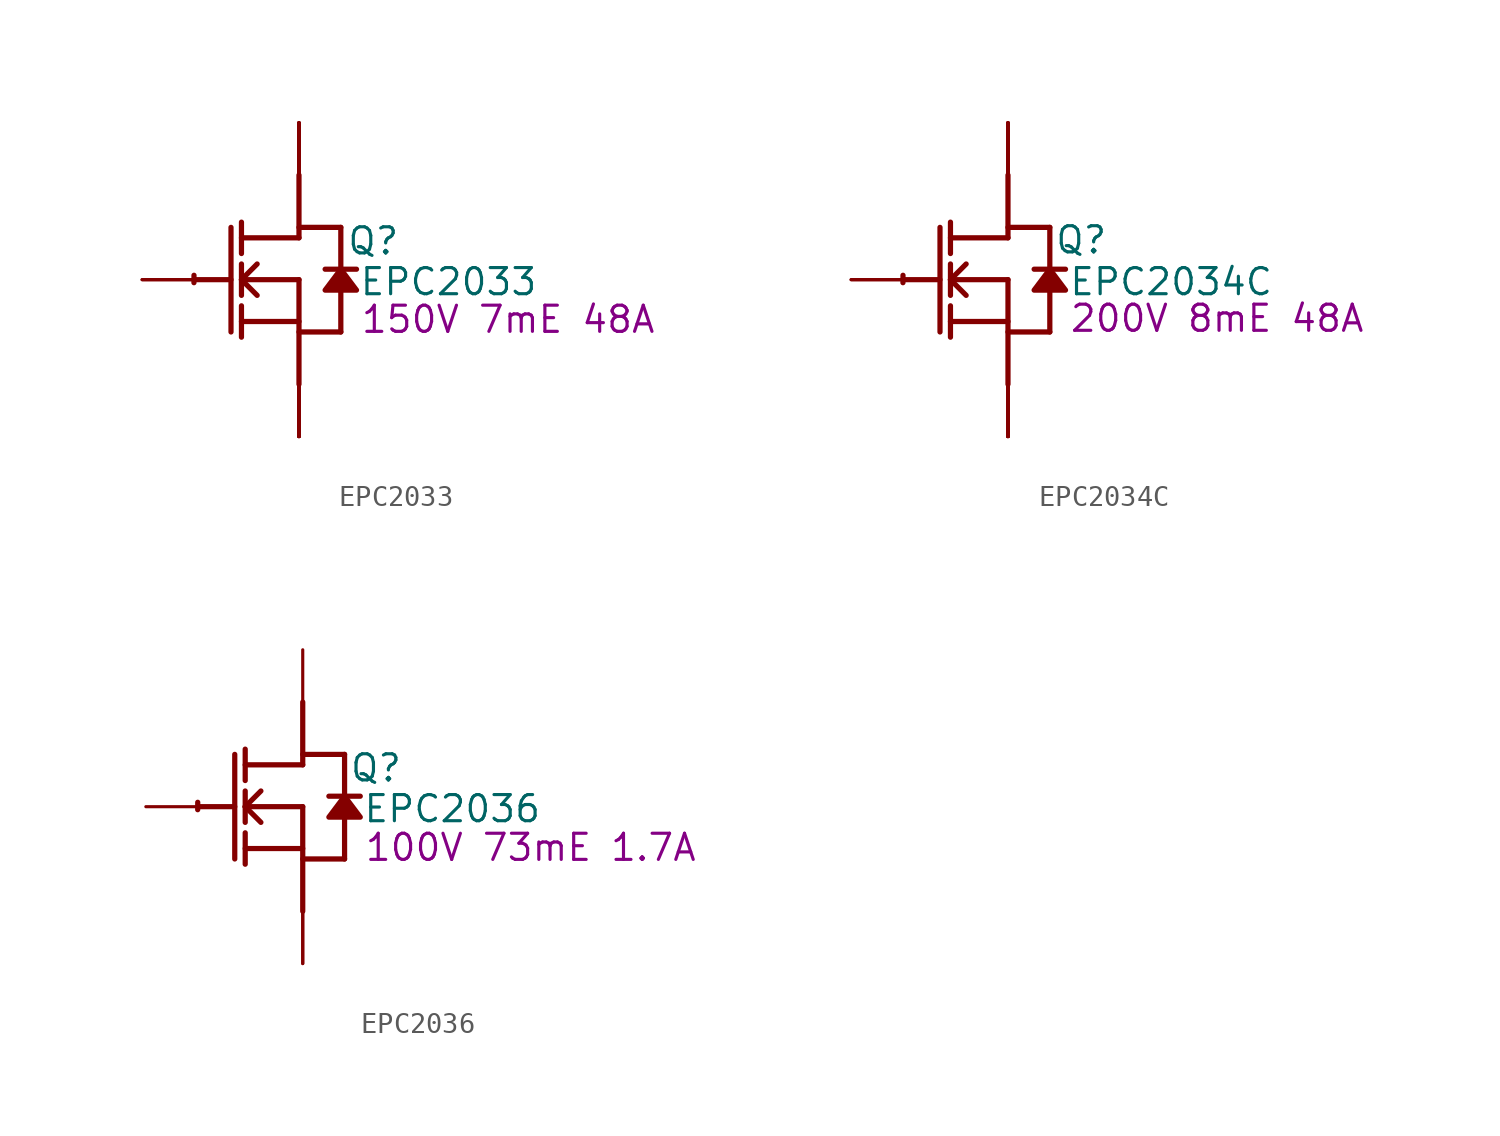
<source format=kicad_sym>
(kicad_symbol_lib
  (version 20220914)
  (generator kicad_symbol_editor)
  (symbol "EPC2033"
    (property "Reference" "Q"
      (at 3.607 1.88 0)
      (effects (font (size 1.27 1.27))))
    (property "Value" "EPC2033"
      (at 7.264 -0.102 0)
      (effects (font (size 1.27 1.27))))
    (property "Description" "150V 7mE 48A"
      (at 10.16 -1.93 0)
      (effects (font (size 1.27 1.27))))
    (symbol "EPC2033_1_0"
      (arc (start -5.0996 0.2128) (mid -5.1039 0.0331) (end -5.1019 -0.1467) (stroke (width 0.254) (type solid)) (fill (type none)))
      (polyline (pts (xy -5.08 0) (xy -3.302 0)) (stroke (width 0.254) (type solid)) (fill (type none)))
      (polyline (pts (xy -3.302 2.54) (xy -3.302 -2.54)) (stroke (width 0.254) (type solid)) (fill (type none)))
      (polyline (pts (xy -2.794 -2.794) (xy -2.794 -1.27)) (stroke (width 0.254) (type solid)) (fill (type none)))
      (polyline (pts (xy -2.794 -2.032) (xy 0 -2.032)) (stroke (width 0.254) (type solid)) (fill (type none)))
      (polyline (pts (xy -2.794 -0.762) (xy -2.794 0.762)) (stroke (width 0.254) (type solid)) (fill (type none)))
      (polyline (pts (xy -2.794 0) (xy -2.032 0.762)) (stroke (width 0.254) (type solid)) (fill (type none)))
      (polyline (pts (xy -2.794 0) (xy 0 0)) (stroke (width 0.254) (type solid)) (fill (type none)))
      (polyline (pts (xy -2.794 1.27) (xy -2.794 2.794)) (stroke (width 0.254) (type solid)) (fill (type none)))
      (polyline (pts (xy -2.032 -0.762) (xy -2.794 0)) (stroke (width 0.254) (type solid)) (fill (type none)))
      (polyline (pts (xy 0 -2.54) (xy 2.032 -2.54)) (stroke (width 0.254) (type solid)) (fill (type none)))
      (polyline (pts (xy 0 0) (xy 0 -5.08)) (stroke (width 0.254) (type solid)) (fill (type none)))
      (polyline (pts (xy 0 2.032) (xy -2.794 2.032)) (stroke (width 0.254) (type solid)) (fill (type none)))
      (polyline (pts (xy 0 2.032) (xy 0 5.08)) (stroke (width 0.254) (type solid)) (fill (type none)))
      (polyline (pts (xy 0 2.54) (xy 2.032 2.54)) (stroke (width 0.254) (type solid)) (fill (type none)))
      (polyline (pts (xy 2.032 -0.508) (xy 2.032 -2.54)) (stroke (width 0.254) (type solid)) (fill (type none)))
      (polyline (pts (xy 2.032 2.54) (xy 2.032 0.508)) (stroke (width 0.254) (type solid)) (fill (type none)))
      (polyline (pts (xy 2.794 0.508) (xy 1.27 0.508)) (stroke (width 0.254) (type solid)) (fill (type none)))
      (polyline (pts (xy 2.032 0.508) (xy 1.27 -0.508) (xy 2.794 -0.508) (xy 2.032 0.508)) (stroke (width 0.254) (type solid)) (fill (type outline)))
      (pin passive line (at -7.62 0 0) (length 2.54) (name "G" (effects (font (size 0 0)))) (number "1" (effects (font (size 0 0)))))
      (pin open_emitter line (at 0 -7.62 90) (length 2.54) (name "S3" (effects (font (size 0 0)))) (number "10" (effects (font (size 0 0)))))
      (pin open_emitter line (at 0 -7.62 90) (length 2.54) (name "S4" (effects (font (size 0 0)))) (number "11" (effects (font (size 0 0)))))
      (pin open_emitter line (at 0 -7.62 90) (length 2.54) (name "Sub" (effects (font (size 0 0)))) (number "12" (effects (font (size 0 0)))))
      (pin open_emitter line (at 0 -7.62 90) (length 2.54) (name "S5" (effects (font (size 0 0)))) (number "13" (effects (font (size 0 0)))))
      (pin open_emitter line (at 0 -7.62 90) (length 2.54) (name "S6" (effects (font (size 0 0)))) (number "14" (effects (font (size 0 0)))))
      (pin open_collector line (at 0 7.62 270) (length 2.54) (name "D6" (effects (font (size 0 0)))) (number "15" (effects (font (size 0 0)))))
      (pin open_collector line (at 0 7.62 270) (length 2.54) (name "D7" (effects (font (size 0 0)))) (number "16" (effects (font (size 0 0)))))
      (pin open_collector line (at 0 7.62 270) (length 2.54) (name "D8" (effects (font (size 0 0)))) (number "17" (effects (font (size 0 0)))))
      (pin open_collector line (at 0 7.62 270) (length 2.54) (name "D9" (effects (font (size 0 0)))) (number "18" (effects (font (size 0 0)))))
      (pin open_collector line (at 0 7.62 270) (length 2.54) (name "D10" (effects (font (size 0 0)))) (number "19" (effects (font (size 0 0)))))
      (pin passive line (at -7.62 0 0) (length 2.54) (name "G" (effects (font (size 0 0)))) (number "2" (effects (font (size 0 0)))))
      (pin open_emitter line (at 0 -7.62 90) (length 2.54) (name "S7" (effects (font (size 0 0)))) (number "20" (effects (font (size 0 0)))))
      (pin open_emitter line (at 0 -7.62 90) (length 2.54) (name "S8" (effects (font (size 0 0)))) (number "21" (effects (font (size 0 0)))))
      (pin open_emitter line (at 0 -7.62 90) (length 2.54) (name "S9" (effects (font (size 0 0)))) (number "22" (effects (font (size 0 0)))))
      (pin open_emitter line (at 0 -7.62 90) (length 2.54) (name "S10" (effects (font (size 0 0)))) (number "23" (effects (font (size 0 0)))))
      (pin open_emitter line (at 0 -7.62 90) (length 2.54) (name "S11" (effects (font (size 0 0)))) (number "24" (effects (font (size 0 0)))))
      (pin open_emitter line (at 0 -7.62 90) (length 2.54) (name "S1" (effects (font (size 0 0)))) (number "3" (effects (font (size 0 0)))))
      (pin open_emitter line (at 0 -7.62 90) (length 2.54) (name "S2" (effects (font (size 0 0)))) (number "4" (effects (font (size 0 0)))))
      (pin open_collector line (at 0 7.62 270) (length 2.54) (name "D1" (effects (font (size 0 0)))) (number "5" (effects (font (size 0 0)))))
      (pin open_collector line (at 0 7.62 270) (length 2.54) (name "D2" (effects (font (size 0 0)))) (number "6" (effects (font (size 0 0)))))
      (pin open_collector line (at 0 7.62 270) (length 2.54) (name "D3" (effects (font (size 0 0)))) (number "7" (effects (font (size 0 0)))))
      (pin open_collector line (at 0 7.62 270) (length 2.54) (name "D4" (effects (font (size 0 0)))) (number "8" (effects (font (size 0 0)))))
      (pin open_collector line (at 0 7.62 270) (length 2.54) (name "D5" (effects (font (size 0 0)))) (number "9" (effects (font (size 0 0)))))))
  (symbol "EPC2034C"
    (property "Reference" "Q"
      (at 3.556 1.93 0)
      (effects (font (size 1.27 1.27))))
    (property "Value" "EPC2034C"
      (at 7.925 -0.102 0)
      (effects (font (size 1.27 1.27))))
    (property "Description" "200V 8mE 48A"
      (at 10.16 -1.88 0)
      (effects (font (size 1.27 1.27))))
    (symbol "EPC2034C_1_0"
      (arc (start -5.0996 0.2128) (mid -5.1039 0.0331) (end -5.1019 -0.1467) (stroke (width 0.254) (type solid)) (fill (type none)))
      (polyline (pts (xy -5.08 0) (xy -3.302 0)) (stroke (width 0.254) (type solid)) (fill (type none)))
      (polyline (pts (xy -3.302 2.54) (xy -3.302 -2.54)) (stroke (width 0.254) (type solid)) (fill (type none)))
      (polyline (pts (xy -2.794 -2.794) (xy -2.794 -1.27)) (stroke (width 0.254) (type solid)) (fill (type none)))
      (polyline (pts (xy -2.794 -2.032) (xy 0 -2.032)) (stroke (width 0.254) (type solid)) (fill (type none)))
      (polyline (pts (xy -2.794 -0.762) (xy -2.794 0.762)) (stroke (width 0.254) (type solid)) (fill (type none)))
      (polyline (pts (xy -2.794 0) (xy -2.032 0.762)) (stroke (width 0.254) (type solid)) (fill (type none)))
      (polyline (pts (xy -2.794 0) (xy 0 0)) (stroke (width 0.254) (type solid)) (fill (type none)))
      (polyline (pts (xy -2.794 1.27) (xy -2.794 2.794)) (stroke (width 0.254) (type solid)) (fill (type none)))
      (polyline (pts (xy -2.032 -0.762) (xy -2.794 0)) (stroke (width 0.254) (type solid)) (fill (type none)))
      (polyline (pts (xy 0 -2.54) (xy 2.032 -2.54)) (stroke (width 0.254) (type solid)) (fill (type none)))
      (polyline (pts (xy 0 0) (xy 0 -5.08)) (stroke (width 0.254) (type solid)) (fill (type none)))
      (polyline (pts (xy 0 2.032) (xy -2.794 2.032)) (stroke (width 0.254) (type solid)) (fill (type none)))
      (polyline (pts (xy 0 2.032) (xy 0 5.08)) (stroke (width 0.254) (type solid)) (fill (type none)))
      (polyline (pts (xy 0 2.54) (xy 2.032 2.54)) (stroke (width 0.254) (type solid)) (fill (type none)))
      (polyline (pts (xy 2.032 -0.508) (xy 2.032 -2.54)) (stroke (width 0.254) (type solid)) (fill (type none)))
      (polyline (pts (xy 2.032 2.54) (xy 2.032 0.508)) (stroke (width 0.254) (type solid)) (fill (type none)))
      (polyline (pts (xy 2.794 0.508) (xy 1.27 0.508)) (stroke (width 0.254) (type solid)) (fill (type none)))
      (polyline (pts (xy 2.032 0.508) (xy 1.27 -0.508) (xy 2.794 -0.508) (xy 2.032 0.508)) (stroke (width 0.254) (type solid)) (fill (type outline)))
      (pin passive line (at -7.62 0 0) (length 2.54) (name "G" (effects (font (size 0 0)))) (number "1" (effects (font (size 0 0)))))
      (pin open_emitter line (at 0 -7.62 90) (length 2.54) (name "S3" (effects (font (size 0 0)))) (number "10" (effects (font (size 0 0)))))
      (pin open_emitter line (at 0 -7.62 90) (length 2.54) (name "S4" (effects (font (size 0 0)))) (number "11" (effects (font (size 0 0)))))
      (pin open_emitter line (at 0 -7.62 90) (length 2.54) (name "Sub" (effects (font (size 0 0)))) (number "12" (effects (font (size 0 0)))))
      (pin open_emitter line (at 0 -7.62 90) (length 2.54) (name "S5" (effects (font (size 0 0)))) (number "13" (effects (font (size 0 0)))))
      (pin open_emitter line (at 0 -7.62 90) (length 2.54) (name "S6" (effects (font (size 0 0)))) (number "14" (effects (font (size 0 0)))))
      (pin open_collector line (at 0 7.62 270) (length 2.54) (name "D6" (effects (font (size 0 0)))) (number "15" (effects (font (size 0 0)))))
      (pin open_collector line (at 0 7.62 270) (length 2.54) (name "D7" (effects (font (size 0 0)))) (number "16" (effects (font (size 0 0)))))
      (pin open_collector line (at 0 7.62 270) (length 2.54) (name "D8" (effects (font (size 0 0)))) (number "17" (effects (font (size 0 0)))))
      (pin open_collector line (at 0 7.62 270) (length 2.54) (name "D9" (effects (font (size 0 0)))) (number "18" (effects (font (size 0 0)))))
      (pin open_collector line (at 0 7.62 270) (length 2.54) (name "D10" (effects (font (size 0 0)))) (number "19" (effects (font (size 0 0)))))
      (pin passive line (at -7.62 0 0) (length 2.54) (name "G" (effects (font (size 0 0)))) (number "2" (effects (font (size 0 0)))))
      (pin open_emitter line (at 0 -7.62 90) (length 2.54) (name "S7" (effects (font (size 0 0)))) (number "20" (effects (font (size 0 0)))))
      (pin open_emitter line (at 0 -7.62 90) (length 2.54) (name "S8" (effects (font (size 0 0)))) (number "21" (effects (font (size 0 0)))))
      (pin open_emitter line (at 0 -7.62 90) (length 2.54) (name "S9" (effects (font (size 0 0)))) (number "22" (effects (font (size 0 0)))))
      (pin open_emitter line (at 0 -7.62 90) (length 2.54) (name "S10" (effects (font (size 0 0)))) (number "23" (effects (font (size 0 0)))))
      (pin open_emitter line (at 0 -7.62 90) (length 2.54) (name "S11" (effects (font (size 0 0)))) (number "24" (effects (font (size 0 0)))))
      (pin open_emitter line (at 0 -7.62 90) (length 2.54) (name "S1" (effects (font (size 0 0)))) (number "3" (effects (font (size 0 0)))))
      (pin open_emitter line (at 0 -7.62 90) (length 2.54) (name "S2" (effects (font (size 0 0)))) (number "4" (effects (font (size 0 0)))))
      (pin open_collector line (at 0 7.62 270) (length 2.54) (name "D1" (effects (font (size 0 0)))) (number "5" (effects (font (size 0 0)))))
      (pin open_collector line (at 0 7.62 270) (length 2.54) (name "D2" (effects (font (size 0 0)))) (number "6" (effects (font (size 0 0)))))
      (pin open_collector line (at 0 7.62 270) (length 2.54) (name "D3" (effects (font (size 0 0)))) (number "7" (effects (font (size 0 0)))))
      (pin open_collector line (at 0 7.62 270) (length 2.54) (name "D4" (effects (font (size 0 0)))) (number "8" (effects (font (size 0 0)))))
      (pin open_collector line (at 0 7.62 270) (length 2.54) (name "D5" (effects (font (size 0 0)))) (number "9" (effects (font (size 0 0)))))))
  (symbol "EPC2036"
    (property "Reference" "Q"
      (at 3.556 1.88 0)
      (effects (font (size 1.27 1.27))))
    (property "Value" "EPC2036"
      (at 7.264 -0.102 0)
      (effects (font (size 1.27 1.27))))
    (property "Description" "100V 73mE 1.7A"
      (at 11.074 -1.981 0)
      (effects (font (size 1.27 1.27))))
    (symbol "EPC2036_1_0"
      (arc (start -5.0996 0.2128) (mid -5.1039 0.0331) (end -5.1019 -0.1467) (stroke (width 0.254) (type solid)) (fill (type none)))
      (polyline (pts (xy -5.08 0) (xy -3.302 0)) (stroke (width 0.254) (type solid)) (fill (type none)))
      (polyline (pts (xy -3.302 2.54) (xy -3.302 -2.54)) (stroke (width 0.254) (type solid)) (fill (type none)))
      (polyline (pts (xy -2.794 -2.794) (xy -2.794 -1.27)) (stroke (width 0.254) (type solid)) (fill (type none)))
      (polyline (pts (xy -2.794 -2.032) (xy 0 -2.032)) (stroke (width 0.254) (type solid)) (fill (type none)))
      (polyline (pts (xy -2.794 -0.762) (xy -2.794 0.762)) (stroke (width 0.254) (type solid)) (fill (type none)))
      (polyline (pts (xy -2.794 0) (xy -2.032 0.762)) (stroke (width 0.254) (type solid)) (fill (type none)))
      (polyline (pts (xy -2.794 0) (xy 0 0)) (stroke (width 0.254) (type solid)) (fill (type none)))
      (polyline (pts (xy -2.794 1.27) (xy -2.794 2.794)) (stroke (width 0.254) (type solid)) (fill (type none)))
      (polyline (pts (xy -2.032 -0.762) (xy -2.794 0)) (stroke (width 0.254) (type solid)) (fill (type none)))
      (polyline (pts (xy 0 -2.54) (xy 2.032 -2.54)) (stroke (width 0.254) (type solid)) (fill (type none)))
      (polyline (pts (xy 0 0) (xy 0 -5.08)) (stroke (width 0.254) (type solid)) (fill (type none)))
      (polyline (pts (xy 0 2.032) (xy -2.794 2.032)) (stroke (width 0.254) (type solid)) (fill (type none)))
      (polyline (pts (xy 0 2.032) (xy 0 5.08)) (stroke (width 0.254) (type solid)) (fill (type none)))
      (polyline (pts (xy 0 2.54) (xy 2.032 2.54)) (stroke (width 0.254) (type solid)) (fill (type none)))
      (polyline (pts (xy 2.032 -0.508) (xy 2.032 -2.54)) (stroke (width 0.254) (type solid)) (fill (type none)))
      (polyline (pts (xy 2.032 2.54) (xy 2.032 0.508)) (stroke (width 0.254) (type solid)) (fill (type none)))
      (polyline (pts (xy 2.794 0.508) (xy 1.27 0.508)) (stroke (width 0.254) (type solid)) (fill (type none)))
      (polyline (pts (xy 2.032 0.508) (xy 1.27 -0.508) (xy 2.794 -0.508) (xy 2.032 0.508)) (stroke (width 0.254) (type solid)) (fill (type outline)))
      (pin passive line (at -7.62 0 0) (length 2.54) (name "G" (effects (font (size 0 0)))) (number "1" (effects (font (size 0 0)))))
      (pin open_emitter line (at 0 -7.62 90) (length 2.54) (name "S1" (effects (font (size 0 0)))) (number "2" (effects (font (size 0 0)))))
      (pin open_collector line (at 0 7.62 270) (length 2.54) (name "D1" (effects (font (size 0 0)))) (number "3" (effects (font (size 0 0)))))
      (pin open_emitter line (at 0 -7.62 90) (length 2.54) (name "S2" (effects (font (size 0 0)))) (number "4" (effects (font (size 0 0))))))))
</source>
